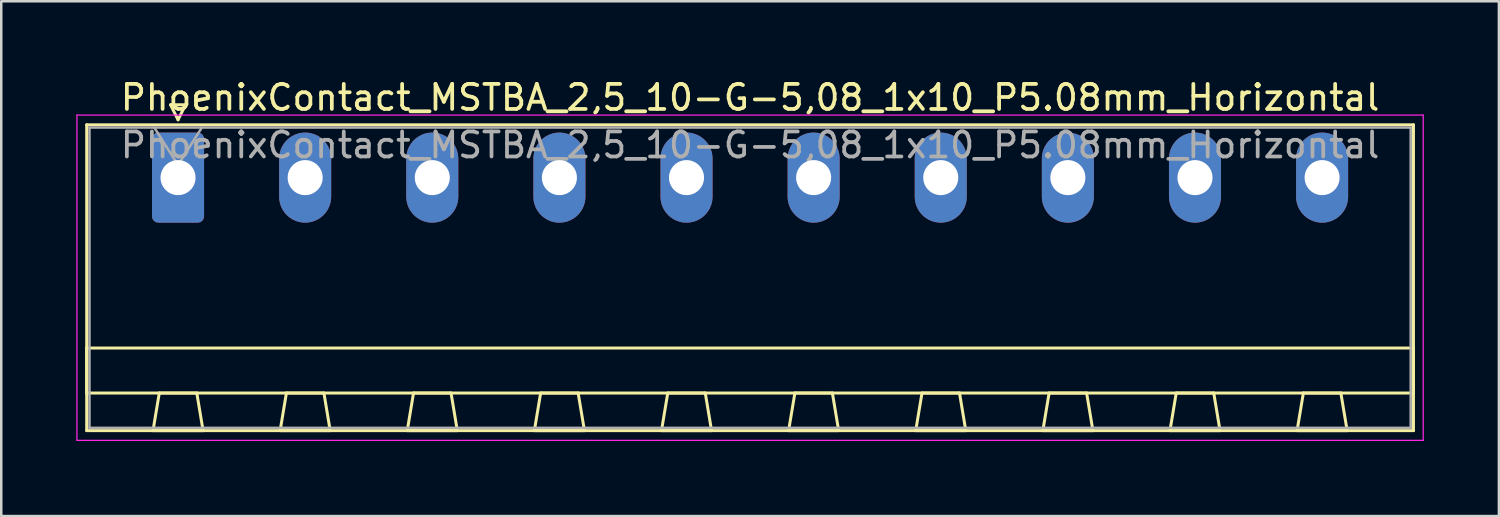
<source format=kicad_pcb>
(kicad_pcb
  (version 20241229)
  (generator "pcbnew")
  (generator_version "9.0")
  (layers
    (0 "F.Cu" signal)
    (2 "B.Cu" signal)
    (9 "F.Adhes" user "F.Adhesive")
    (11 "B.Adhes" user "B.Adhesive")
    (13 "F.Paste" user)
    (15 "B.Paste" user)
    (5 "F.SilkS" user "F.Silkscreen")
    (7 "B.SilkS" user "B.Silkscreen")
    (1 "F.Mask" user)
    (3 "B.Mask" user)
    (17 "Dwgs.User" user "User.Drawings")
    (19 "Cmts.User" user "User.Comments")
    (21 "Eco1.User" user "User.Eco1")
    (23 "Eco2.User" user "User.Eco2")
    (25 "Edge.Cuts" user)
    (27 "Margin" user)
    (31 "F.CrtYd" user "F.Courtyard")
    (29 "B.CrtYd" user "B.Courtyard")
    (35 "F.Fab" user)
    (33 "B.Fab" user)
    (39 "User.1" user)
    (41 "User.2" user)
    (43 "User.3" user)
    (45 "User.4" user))
  (footprint "PhoenixContact_MSTBA_2,5_10-G-5,08_1x10_P5.08mm_Horizontal"
    (layer "F.Cu")
    (at 4.065 4.048)
    (property "Reference" "PhoenixContact_MSTBA_2,5_10-G-5,08_1x10_P5.08mm_Horizontal" (at 22.86 -3.2 0) (layer "F.SilkS") (effects (font (size 1 1) (thickness 0.15))))
    (attr through_hole)
    (fp_line (start -3.65 -2.11) (end -3.65 10.11) (stroke (width 0.12) (type solid)) (layer "F.SilkS"))
    (fp_line (start -3.65 6.81) (end 49.37 6.81) (stroke (width 0.12) (type solid)) (layer "F.SilkS"))
    (fp_line (start -3.65 8.61) (end -3.65 6.81) (stroke (width 0.12) (type solid)) (layer "F.SilkS"))
    (fp_line (start -3.65 10.11) (end 49.37 10.11) (stroke (width 0.12) (type solid)) (layer "F.SilkS"))
    (fp_line (start -1 10.11) (end 1 10.11) (stroke (width 0.12) (type solid)) (layer "F.SilkS"))
    (fp_line (start -0.75 8.61) (end -1 10.11) (stroke (width 0.12) (type solid)) (layer "F.SilkS"))
    (fp_line (start -0.3 -2.91) (end 0.3 -2.91) (stroke (width 0.12) (type solid)) (layer "F.SilkS"))
    (fp_line (start 0 -2.31) (end -0.3 -2.91) (stroke (width 0.12) (type solid)) (layer "F.SilkS"))
    (fp_line (start 0.3 -2.91) (end 0 -2.31) (stroke (width 0.12) (type solid)) (layer "F.SilkS"))
    (fp_line (start 0.75 8.61) (end -0.75 8.61) (stroke (width 0.12) (type solid)) (layer "F.SilkS"))
    (fp_line (start 1 10.11) (end 0.75 8.61) (stroke (width 0.12) (type solid)) (layer "F.SilkS"))
    (fp_line (start 4.08 10.11) (end 6.08 10.11) (stroke (width 0.12) (type solid)) (layer "F.SilkS"))
    (fp_line (start 4.33 8.61) (end 4.08 10.11) (stroke (width 0.12) (type solid)) (layer "F.SilkS"))
    (fp_line (start 5.83 8.61) (end 4.33 8.61) (stroke (width 0.12) (type solid)) (layer "F.SilkS"))
    (fp_line (start 6.08 10.11) (end 5.83 8.61) (stroke (width 0.12) (type solid)) (layer "F.SilkS"))
    (fp_line (start 9.16 10.11) (end 11.16 10.11) (stroke (width 0.12) (type solid)) (layer "F.SilkS"))
    (fp_line (start 9.41 8.61) (end 9.16 10.11) (stroke (width 0.12) (type solid)) (layer "F.SilkS"))
    (fp_line (start 10.91 8.61) (end 9.41 8.61) (stroke (width 0.12) (type solid)) (layer "F.SilkS"))
    (fp_line (start 11.16 10.11) (end 10.91 8.61) (stroke (width 0.12) (type solid)) (layer "F.SilkS"))
    (fp_line (start 14.24 10.11) (end 16.24 10.11) (stroke (width 0.12) (type solid)) (layer "F.SilkS"))
    (fp_line (start 14.49 8.61) (end 14.24 10.11) (stroke (width 0.12) (type solid)) (layer "F.SilkS"))
    (fp_line (start 15.99 8.61) (end 14.49 8.61) (stroke (width 0.12) (type solid)) (layer "F.SilkS"))
    (fp_line (start 16.24 10.11) (end 15.99 8.61) (stroke (width 0.12) (type solid)) (layer "F.SilkS"))
    (fp_line (start 19.32 10.11) (end 21.32 10.11) (stroke (width 0.12) (type solid)) (layer "F.SilkS"))
    (fp_line (start 19.57 8.61) (end 19.32 10.11) (stroke (width 0.12) (type solid)) (layer "F.SilkS"))
    (fp_line (start 21.07 8.61) (end 19.57 8.61) (stroke (width 0.12) (type solid)) (layer "F.SilkS"))
    (fp_line (start 21.32 10.11) (end 21.07 8.61) (stroke (width 0.12) (type solid)) (layer "F.SilkS"))
    (fp_line (start 24.4 10.11) (end 26.4 10.11) (stroke (width 0.12) (type solid)) (layer "F.SilkS"))
    (fp_line (start 24.65 8.61) (end 24.4 10.11) (stroke (width 0.12) (type solid)) (layer "F.SilkS"))
    (fp_line (start 26.15 8.61) (end 24.65 8.61) (stroke (width 0.12) (type solid)) (layer "F.SilkS"))
    (fp_line (start 26.4 10.11) (end 26.15 8.61) (stroke (width 0.12) (type solid)) (layer "F.SilkS"))
    (fp_line (start 29.48 10.11) (end 31.48 10.11) (stroke (width 0.12) (type solid)) (layer "F.SilkS"))
    (fp_line (start 29.73 8.61) (end 29.48 10.11) (stroke (width 0.12) (type solid)) (layer "F.SilkS"))
    (fp_line (start 31.23 8.61) (end 29.73 8.61) (stroke (width 0.12) (type solid)) (layer "F.SilkS"))
    (fp_line (start 31.48 10.11) (end 31.23 8.61) (stroke (width 0.12) (type solid)) (layer "F.SilkS"))
    (fp_line (start 34.56 10.11) (end 36.56 10.11) (stroke (width 0.12) (type solid)) (layer "F.SilkS"))
    (fp_line (start 34.81 8.61) (end 34.56 10.11) (stroke (width 0.12) (type solid)) (layer "F.SilkS"))
    (fp_line (start 36.31 8.61) (end 34.81 8.61) (stroke (width 0.12) (type solid)) (layer "F.SilkS"))
    (fp_line (start 36.56 10.11) (end 36.31 8.61) (stroke (width 0.12) (type solid)) (layer "F.SilkS"))
    (fp_line (start 39.64 10.11) (end 41.64 10.11) (stroke (width 0.12) (type solid)) (layer "F.SilkS"))
    (fp_line (start 39.89 8.61) (end 39.64 10.11) (stroke (width 0.12) (type solid)) (layer "F.SilkS"))
    (fp_line (start 41.39 8.61) (end 39.89 8.61) (stroke (width 0.12) (type solid)) (layer "F.SilkS"))
    (fp_line (start 41.64 10.11) (end 41.39 8.61) (stroke (width 0.12) (type solid)) (layer "F.SilkS"))
    (fp_line (start 44.72 10.11) (end 46.72 10.11) (stroke (width 0.12) (type solid)) (layer "F.SilkS"))
    (fp_line (start 44.97 8.61) (end 44.72 10.11) (stroke (width 0.12) (type solid)) (layer "F.SilkS"))
    (fp_line (start 46.47 8.61) (end 44.97 8.61) (stroke (width 0.12) (type solid)) (layer "F.SilkS"))
    (fp_line (start 46.72 10.11) (end 46.47 8.61) (stroke (width 0.12) (type solid)) (layer "F.SilkS"))
    (fp_line (start 49.37 -2.11) (end -3.65 -2.11) (stroke (width 0.12) (type solid)) (layer "F.SilkS"))
    (fp_line (start 49.37 6.81) (end 49.37 8.61) (stroke (width 0.12) (type solid)) (layer "F.SilkS"))
    (fp_line (start 49.37 8.61) (end -3.65 8.61) (stroke (width 0.12) (type solid)) (layer "F.SilkS"))
    (fp_line (start 49.37 10.11) (end 49.37 -2.11) (stroke (width 0.12) (type solid)) (layer "F.SilkS"))
    (fp_line (start -4.04 -2.5) (end -4.04 10.5) (stroke (width 0.05) (type solid)) (layer "F.CrtYd"))
    (fp_line (start -4.04 10.5) (end 49.76 10.5) (stroke (width 0.05) (type solid)) (layer "F.CrtYd"))
    (fp_line (start 49.76 -2.5) (end -4.04 -2.5) (stroke (width 0.05) (type solid)) (layer "F.CrtYd"))
    (fp_line (start 49.76 10.5) (end 49.76 -2.5) (stroke (width 0.05) (type solid)) (layer "F.CrtYd"))
    (fp_line (start -3.54 -2) (end -3.54 10) (stroke (width 0.1) (type solid)) (layer "F.Fab"))
    (fp_line (start -3.54 10) (end 49.26 10) (stroke (width 0.1) (type solid)) (layer "F.Fab"))
    (fp_line (start 0 -0.5) (end -0.95 -2) (stroke (width 0.1) (type solid)) (layer "F.Fab"))
    (fp_line (start 0.95 -2) (end 0 -0.5) (stroke (width 0.1) (type solid)) (layer "F.Fab"))
    (fp_line (start 49.26 -2) (end -3.54 -2) (stroke (width 0.1) (type solid)) (layer "F.Fab"))
    (fp_line (start 49.26 10) (end 49.26 -2) (stroke (width 0.1) (type solid)) (layer "F.Fab"))
    (fp_text user "${REFERENCE}" (at 22.86 -1.3 0) (layer "F.Fab") (effects (font (size 1 1) (thickness 0.15))))
    (pad "1" thru_hole roundrect (at 0 0) (size 2.08 3.6) (drill 1.4) (layers "*.Cu" "*.Mask") (roundrect_rratio 0.12))
    (pad "2" thru_hole oval (at 5.08 0) (size 2.08 3.6) (drill 1.4) (layers "*.Cu" "*.Mask"))
    (pad "3" thru_hole oval (at 10.16 0) (size 2.08 3.6) (drill 1.4) (layers "*.Cu" "*.Mask"))
    (pad "4" thru_hole oval (at 15.24 0) (size 2.08 3.6) (drill 1.4) (layers "*.Cu" "*.Mask"))
    (pad "5" thru_hole oval (at 20.32 0) (size 2.08 3.6) (drill 1.4) (layers "*.Cu" "*.Mask"))
    (pad "6" thru_hole oval (at 25.4 0) (size 2.08 3.6) (drill 1.4) (layers "*.Cu" "*.Mask"))
    (pad "7" thru_hole oval (at 30.48 0) (size 2.08 3.6) (drill 1.4) (layers "*.Cu" "*.Mask"))
    (pad "8" thru_hole oval (at 35.56 0) (size 2.08 3.6) (drill 1.4) (layers "*.Cu" "*.Mask"))
    (pad "9" thru_hole oval (at 40.64 0) (size 2.08 3.6) (drill 1.4) (layers "*.Cu" "*.Mask"))
    (pad "10" thru_hole oval (at 45.72 0) (size 2.08 3.6) (drill 1.4) (layers "*.Cu" "*.Mask")))
  (gr_rect
    (start -3 -3)
    (end 56.85 17.573)
    (stroke (width 0.1) (type default))
    (fill no)
    (layer "Edge.Cuts")))
</source>
